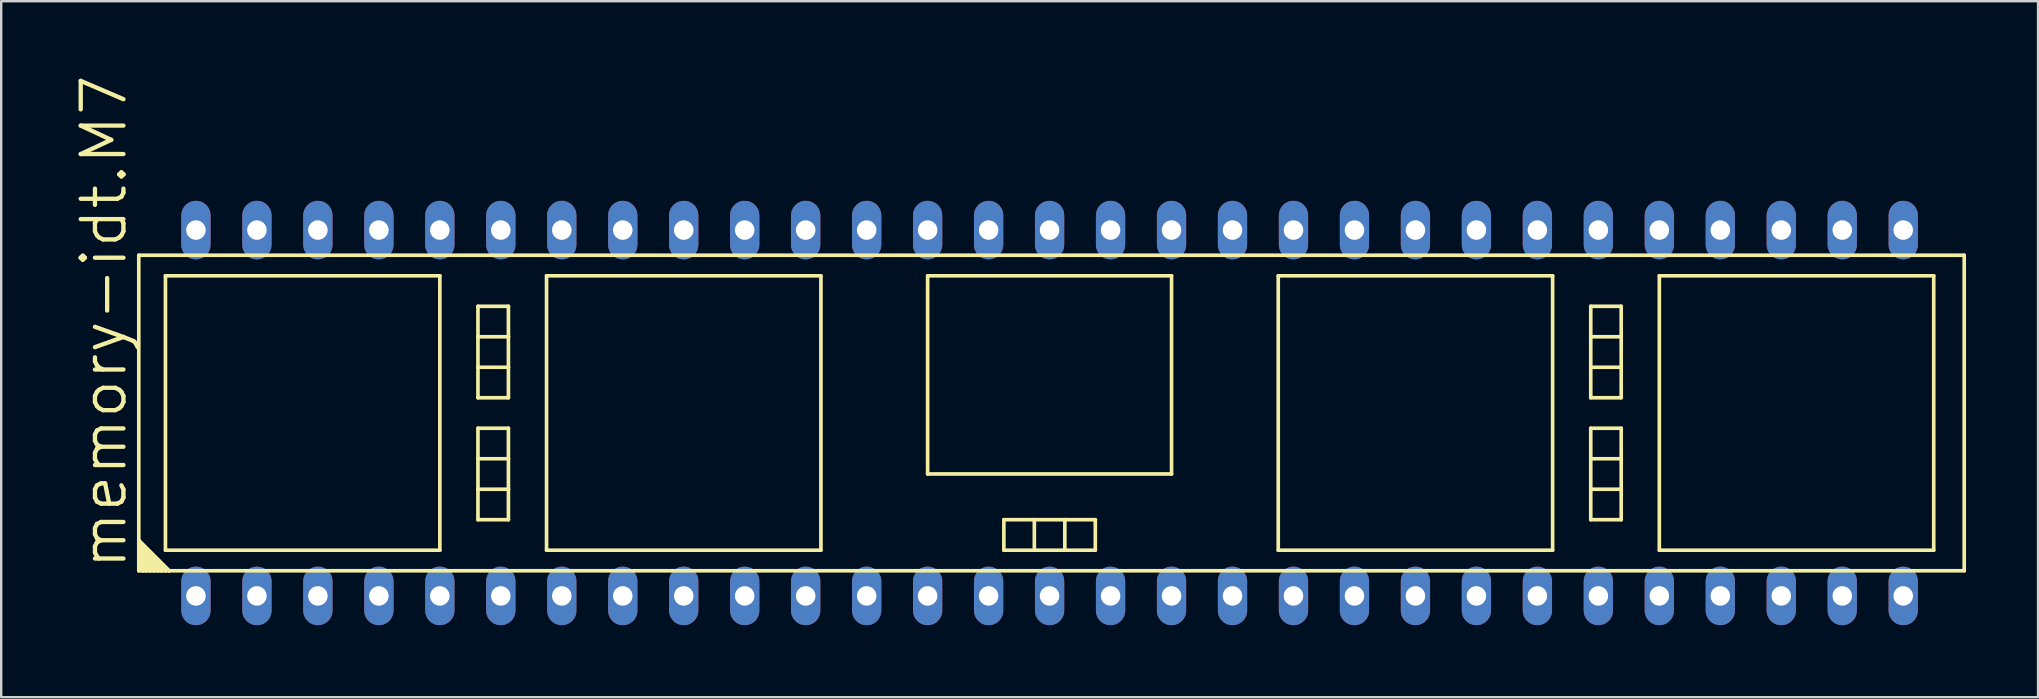
<source format=kicad_pcb>
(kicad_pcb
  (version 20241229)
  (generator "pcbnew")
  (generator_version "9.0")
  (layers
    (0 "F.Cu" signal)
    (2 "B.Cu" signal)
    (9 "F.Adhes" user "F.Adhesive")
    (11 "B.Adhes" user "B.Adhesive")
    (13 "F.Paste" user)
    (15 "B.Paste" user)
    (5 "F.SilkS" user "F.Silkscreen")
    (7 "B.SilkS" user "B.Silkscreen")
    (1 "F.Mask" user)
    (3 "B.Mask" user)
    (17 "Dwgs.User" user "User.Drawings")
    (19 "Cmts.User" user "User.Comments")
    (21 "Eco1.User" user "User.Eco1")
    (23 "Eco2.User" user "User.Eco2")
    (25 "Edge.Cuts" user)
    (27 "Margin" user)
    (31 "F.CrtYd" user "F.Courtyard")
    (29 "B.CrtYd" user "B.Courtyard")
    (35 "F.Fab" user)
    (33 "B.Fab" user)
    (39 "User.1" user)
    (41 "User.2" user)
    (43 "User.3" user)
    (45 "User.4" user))
  (footprint "memory-idt.M7"
    (layer "F.Cu")
    (at 40.672 14.154)
    (property "Reference" "memory-idt.M7" (at -38.354 6.604 90) (layer "F.SilkS") (effects (font (size 1.778 1.778) (thickness 0.18)) (justify left bottom)))
    (attr through_hole)
    (fp_line (start -37.941 -6.572) (end 38.1 -6.572) (stroke (width 0.152) (type default)) (layer "F.SilkS"))
    (fp_line (start -37.941 5.302) (end -37.941 -6.572) (stroke (width 0.152) (type default)) (layer "F.SilkS"))
    (fp_line (start -37.941 5.302) (end -36.671 6.572) (stroke (width 0.152) (type default)) (layer "F.SilkS"))
    (fp_line (start -37.941 5.461) (end -37.941 5.302) (stroke (width 0.152) (type default)) (layer "F.SilkS"))
    (fp_line (start -37.941 5.461) (end -36.83 6.572) (stroke (width 0.152) (type default)) (layer "F.SilkS"))
    (fp_line (start -37.941 5.62) (end -37.941 5.461) (stroke (width 0.152) (type default)) (layer "F.SilkS"))
    (fp_line (start -37.941 5.62) (end -36.989 6.572) (stroke (width 0.152) (type default)) (layer "F.SilkS"))
    (fp_line (start -37.941 5.779) (end -37.941 5.62) (stroke (width 0.152) (type default)) (layer "F.SilkS"))
    (fp_line (start -37.941 5.779) (end -37.148 6.572) (stroke (width 0.152) (type default)) (layer "F.SilkS"))
    (fp_line (start -37.941 5.937) (end -37.941 5.779) (stroke (width 0.152) (type default)) (layer "F.SilkS"))
    (fp_line (start -37.941 5.937) (end -37.306 6.572) (stroke (width 0.152) (type default)) (layer "F.SilkS"))
    (fp_line (start -37.941 6.096) (end -37.941 5.937) (stroke (width 0.152) (type default)) (layer "F.SilkS"))
    (fp_line (start -37.941 6.096) (end -37.465 6.572) (stroke (width 0.152) (type default)) (layer "F.SilkS"))
    (fp_line (start -37.941 6.255) (end -37.941 6.096) (stroke (width 0.152) (type default)) (layer "F.SilkS"))
    (fp_line (start -37.941 6.255) (end -37.624 6.572) (stroke (width 0.152) (type default)) (layer "F.SilkS"))
    (fp_line (start -37.941 6.414) (end -37.941 6.255) (stroke (width 0.152) (type default)) (layer "F.SilkS"))
    (fp_line (start -37.941 6.414) (end -37.783 6.572) (stroke (width 0.152) (type default)) (layer "F.SilkS"))
    (fp_line (start -37.941 6.572) (end -37.941 6.414) (stroke (width 0.152) (type default)) (layer "F.SilkS"))
    (fp_line (start -37.783 6.572) (end -37.941 6.572) (stroke (width 0.152) (type default)) (layer "F.SilkS"))
    (fp_line (start -37.624 6.572) (end -37.783 6.572) (stroke (width 0.152) (type default)) (layer "F.SilkS"))
    (fp_line (start -37.465 6.572) (end -37.624 6.572) (stroke (width 0.152) (type default)) (layer "F.SilkS"))
    (fp_line (start -37.306 6.572) (end -37.465 6.572) (stroke (width 0.152) (type default)) (layer "F.SilkS"))
    (fp_line (start -37.148 6.572) (end -37.306 6.572) (stroke (width 0.152) (type default)) (layer "F.SilkS"))
    (fp_line (start -36.989 6.572) (end -37.148 6.572) (stroke (width 0.152) (type default)) (layer "F.SilkS"))
    (fp_line (start -36.83 -5.715) (end -36.83 5.715) (stroke (width 0.152) (type default)) (layer "F.SilkS"))
    (fp_line (start -36.83 5.715) (end -25.4 5.715) (stroke (width 0.152) (type default)) (layer "F.SilkS"))
    (fp_line (start -36.83 6.572) (end -36.989 6.572) (stroke (width 0.152) (type default)) (layer "F.SilkS"))
    (fp_line (start -36.671 6.572) (end -36.83 6.572) (stroke (width 0.152) (type default)) (layer "F.SilkS"))
    (fp_line (start -25.4 -5.715) (end -36.83 -5.715) (stroke (width 0.152) (type default)) (layer "F.SilkS"))
    (fp_line (start -25.4 5.715) (end -25.4 -5.715) (stroke (width 0.152) (type default)) (layer "F.SilkS"))
    (fp_line (start -23.812 -4.445) (end -22.543 -4.445) (stroke (width 0.152) (type default)) (layer "F.SilkS"))
    (fp_line (start -23.812 -3.175) (end -23.812 -4.445) (stroke (width 0.152) (type default)) (layer "F.SilkS"))
    (fp_line (start -23.812 -3.175) (end -22.543 -3.175) (stroke (width 0.152) (type default)) (layer "F.SilkS"))
    (fp_line (start -23.812 -1.905) (end -23.812 -3.175) (stroke (width 0.152) (type default)) (layer "F.SilkS"))
    (fp_line (start -23.812 -1.905) (end -22.543 -1.905) (stroke (width 0.152) (type default)) (layer "F.SilkS"))
    (fp_line (start -23.812 -0.635) (end -23.812 -1.905) (stroke (width 0.152) (type default)) (layer "F.SilkS"))
    (fp_line (start -23.812 -0.635) (end -22.543 -0.635) (stroke (width 0.152) (type default)) (layer "F.SilkS"))
    (fp_line (start -23.812 0.635) (end -23.812 1.905) (stroke (width 0.152) (type default)) (layer "F.SilkS"))
    (fp_line (start -23.812 0.635) (end -22.543 0.635) (stroke (width 0.152) (type default)) (layer "F.SilkS"))
    (fp_line (start -23.812 1.905) (end -23.812 3.175) (stroke (width 0.152) (type default)) (layer "F.SilkS"))
    (fp_line (start -23.812 1.905) (end -22.543 1.905) (stroke (width 0.152) (type default)) (layer "F.SilkS"))
    (fp_line (start -23.812 3.175) (end -23.812 4.445) (stroke (width 0.152) (type default)) (layer "F.SilkS"))
    (fp_line (start -23.812 3.175) (end -22.543 3.175) (stroke (width 0.152) (type default)) (layer "F.SilkS"))
    (fp_line (start -23.812 4.445) (end -22.543 4.445) (stroke (width 0.152) (type default)) (layer "F.SilkS"))
    (fp_line (start -22.543 -4.445) (end -22.543 -3.175) (stroke (width 0.152) (type default)) (layer "F.SilkS"))
    (fp_line (start -22.543 -3.175) (end -22.543 -1.905) (stroke (width 0.152) (type default)) (layer "F.SilkS"))
    (fp_line (start -22.543 -1.905) (end -22.543 -0.635) (stroke (width 0.152) (type default)) (layer "F.SilkS"))
    (fp_line (start -22.543 0.635) (end -22.543 1.905) (stroke (width 0.152) (type default)) (layer "F.SilkS"))
    (fp_line (start -22.543 1.905) (end -22.543 3.175) (stroke (width 0.152) (type default)) (layer "F.SilkS"))
    (fp_line (start -22.543 3.175) (end -22.543 4.445) (stroke (width 0.152) (type default)) (layer "F.SilkS"))
    (fp_line (start -20.955 -5.715) (end -9.525 -5.715) (stroke (width 0.152) (type default)) (layer "F.SilkS"))
    (fp_line (start -20.955 5.715) (end -20.955 -5.715) (stroke (width 0.152) (type default)) (layer "F.SilkS"))
    (fp_line (start -9.525 -5.715) (end -9.525 5.715) (stroke (width 0.152) (type default)) (layer "F.SilkS"))
    (fp_line (start -9.525 5.715) (end -20.955 5.715) (stroke (width 0.152) (type default)) (layer "F.SilkS"))
    (fp_line (start -5.08 -5.715) (end 5.08 -5.715) (stroke (width 0.152) (type default)) (layer "F.SilkS"))
    (fp_line (start -5.08 2.54) (end -5.08 -5.715) (stroke (width 0.152) (type default)) (layer "F.SilkS"))
    (fp_line (start -1.905 4.445) (end -0.635 4.445) (stroke (width 0.152) (type default)) (layer "F.SilkS"))
    (fp_line (start -1.905 5.715) (end -1.905 4.445) (stroke (width 0.152) (type default)) (layer "F.SilkS"))
    (fp_line (start -0.635 4.445) (end 0.635 4.445) (stroke (width 0.152) (type default)) (layer "F.SilkS"))
    (fp_line (start -0.635 5.715) (end -1.905 5.715) (stroke (width 0.152) (type default)) (layer "F.SilkS"))
    (fp_line (start -0.635 5.715) (end -0.635 4.445) (stroke (width 0.152) (type default)) (layer "F.SilkS"))
    (fp_line (start 0.635 4.445) (end 1.905 4.445) (stroke (width 0.152) (type default)) (layer "F.SilkS"))
    (fp_line (start 0.635 5.715) (end -0.635 5.715) (stroke (width 0.152) (type default)) (layer "F.SilkS"))
    (fp_line (start 0.635 5.715) (end 0.635 4.445) (stroke (width 0.152) (type default)) (layer "F.SilkS"))
    (fp_line (start 1.905 5.715) (end 0.635 5.715) (stroke (width 0.152) (type default)) (layer "F.SilkS"))
    (fp_line (start 1.905 5.715) (end 1.905 4.445) (stroke (width 0.152) (type default)) (layer "F.SilkS"))
    (fp_line (start 5.08 -5.715) (end 5.08 2.54) (stroke (width 0.152) (type default)) (layer "F.SilkS"))
    (fp_line (start 5.08 2.54) (end -5.08 2.54) (stroke (width 0.152) (type default)) (layer "F.SilkS"))
    (fp_line (start 9.525 -5.715) (end 9.525 5.715) (stroke (width 0.152) (type default)) (layer "F.SilkS"))
    (fp_line (start 9.525 5.715) (end 20.955 5.715) (stroke (width 0.152) (type default)) (layer "F.SilkS"))
    (fp_line (start 20.955 -5.715) (end 9.525 -5.715) (stroke (width 0.152) (type default)) (layer "F.SilkS"))
    (fp_line (start 20.955 5.715) (end 20.955 -5.715) (stroke (width 0.152) (type default)) (layer "F.SilkS"))
    (fp_line (start 22.543 -4.445) (end 23.812 -4.445) (stroke (width 0.152) (type default)) (layer "F.SilkS"))
    (fp_line (start 22.543 -3.175) (end 22.543 -4.445) (stroke (width 0.152) (type default)) (layer "F.SilkS"))
    (fp_line (start 22.543 -3.175) (end 23.812 -3.175) (stroke (width 0.152) (type default)) (layer "F.SilkS"))
    (fp_line (start 22.543 -1.905) (end 22.543 -3.175) (stroke (width 0.152) (type default)) (layer "F.SilkS"))
    (fp_line (start 22.543 -1.905) (end 23.812 -1.905) (stroke (width 0.152) (type default)) (layer "F.SilkS"))
    (fp_line (start 22.543 -0.635) (end 22.543 -1.905) (stroke (width 0.152) (type default)) (layer "F.SilkS"))
    (fp_line (start 22.543 -0.635) (end 23.812 -0.635) (stroke (width 0.152) (type default)) (layer "F.SilkS"))
    (fp_line (start 22.543 0.635) (end 22.543 1.905) (stroke (width 0.152) (type default)) (layer "F.SilkS"))
    (fp_line (start 22.543 0.635) (end 23.812 0.635) (stroke (width 0.152) (type default)) (layer "F.SilkS"))
    (fp_line (start 22.543 1.905) (end 22.543 3.175) (stroke (width 0.152) (type default)) (layer "F.SilkS"))
    (fp_line (start 22.543 1.905) (end 23.812 1.905) (stroke (width 0.152) (type default)) (layer "F.SilkS"))
    (fp_line (start 22.543 3.175) (end 22.543 4.445) (stroke (width 0.152) (type default)) (layer "F.SilkS"))
    (fp_line (start 22.543 3.175) (end 23.812 3.175) (stroke (width 0.152) (type default)) (layer "F.SilkS"))
    (fp_line (start 22.543 4.445) (end 23.812 4.445) (stroke (width 0.152) (type default)) (layer "F.SilkS"))
    (fp_line (start 23.812 -4.445) (end 23.812 -3.175) (stroke (width 0.152) (type default)) (layer "F.SilkS"))
    (fp_line (start 23.812 -3.175) (end 23.812 -1.905) (stroke (width 0.152) (type default)) (layer "F.SilkS"))
    (fp_line (start 23.812 -1.905) (end 23.812 -0.635) (stroke (width 0.152) (type default)) (layer "F.SilkS"))
    (fp_line (start 23.812 0.635) (end 23.812 1.905) (stroke (width 0.152) (type default)) (layer "F.SilkS"))
    (fp_line (start 23.812 1.905) (end 23.812 3.175) (stroke (width 0.152) (type default)) (layer "F.SilkS"))
    (fp_line (start 23.812 3.175) (end 23.812 4.445) (stroke (width 0.152) (type default)) (layer "F.SilkS"))
    (fp_line (start 25.4 -5.715) (end 36.83 -5.715) (stroke (width 0.152) (type default)) (layer "F.SilkS"))
    (fp_line (start 25.4 5.715) (end 25.4 -5.715) (stroke (width 0.152) (type default)) (layer "F.SilkS"))
    (fp_line (start 36.83 -5.715) (end 36.83 5.715) (stroke (width 0.152) (type default)) (layer "F.SilkS"))
    (fp_line (start 36.83 5.715) (end 25.4 5.715) (stroke (width 0.152) (type default)) (layer "F.SilkS"))
    (fp_line (start 38.1 -6.572) (end 38.1 6.572) (stroke (width 0.152) (type default)) (layer "F.SilkS"))
    (fp_line (start 38.1 6.572) (end -36.671 6.572) (stroke (width 0.152) (type default)) (layer "F.SilkS"))
    (pad "1" thru_hole oval (at -35.56 7.62 90) (size 2.438 1.219) (drill 0.813) (layers "*.Cu" "*.Mask"))
    (pad "2" thru_hole oval (at -33.02 7.62 90) (size 2.438 1.219) (drill 0.813) (layers "*.Cu" "*.Mask"))
    (pad "3" thru_hole oval (at -30.48 7.62 90) (size 2.438 1.219) (drill 0.813) (layers "*.Cu" "*.Mask"))
    (pad "4" thru_hole oval (at -27.94 7.62 90) (size 2.438 1.219) (drill 0.813) (layers "*.Cu" "*.Mask"))
    (pad "5" thru_hole oval (at -25.4 7.62 90) (size 2.438 1.219) (drill 0.813) (layers "*.Cu" "*.Mask"))
    (pad "6" thru_hole oval (at -22.86 7.62 90) (size 2.438 1.219) (drill 0.813) (layers "*.Cu" "*.Mask"))
    (pad "7" thru_hole oval (at -20.32 7.62 90) (size 2.438 1.219) (drill 0.813) (layers "*.Cu" "*.Mask"))
    (pad "8" thru_hole oval (at -17.78 7.62 90) (size 2.438 1.219) (drill 0.813) (layers "*.Cu" "*.Mask"))
    (pad "9" thru_hole oval (at -15.24 7.62 90) (size 2.438 1.219) (drill 0.813) (layers "*.Cu" "*.Mask"))
    (pad "10" thru_hole oval (at -12.7 7.62 90) (size 2.438 1.219) (drill 0.813) (layers "*.Cu" "*.Mask"))
    (pad "11" thru_hole oval (at -10.16 7.62 90) (size 2.438 1.219) (drill 0.813) (layers "*.Cu" "*.Mask"))
    (pad "12" thru_hole oval (at -7.62 7.62 90) (size 2.438 1.219) (drill 0.813) (layers "*.Cu" "*.Mask"))
    (pad "13" thru_hole oval (at -5.08 7.62 90) (size 2.438 1.219) (drill 0.813) (layers "*.Cu" "*.Mask"))
    (pad "14" thru_hole oval (at -2.54 7.62 90) (size 2.438 1.219) (drill 0.813) (layers "*.Cu" "*.Mask"))
    (pad "15" thru_hole oval (at 0 7.62 90) (size 2.438 1.219) (drill 0.813) (layers "*.Cu" "*.Mask"))
    (pad "16" thru_hole oval (at 2.54 7.62 90) (size 2.438 1.219) (drill 0.813) (layers "*.Cu" "*.Mask"))
    (pad "17" thru_hole oval (at 5.08 7.62 90) (size 2.438 1.219) (drill 0.813) (layers "*.Cu" "*.Mask"))
    (pad "18" thru_hole oval (at 7.62 7.62 90) (size 2.438 1.219) (drill 0.813) (layers "*.Cu" "*.Mask"))
    (pad "19" thru_hole oval (at 10.16 7.62 90) (size 2.438 1.219) (drill 0.813) (layers "*.Cu" "*.Mask"))
    (pad "20" thru_hole oval (at 12.7 7.62 90) (size 2.438 1.219) (drill 0.813) (layers "*.Cu" "*.Mask"))
    (pad "21" thru_hole oval (at 15.24 7.62 90) (size 2.438 1.219) (drill 0.813) (layers "*.Cu" "*.Mask"))
    (pad "22" thru_hole oval (at 17.78 7.62 90) (size 2.438 1.219) (drill 0.813) (layers "*.Cu" "*.Mask"))
    (pad "23" thru_hole oval (at 20.32 7.62 90) (size 2.438 1.219) (drill 0.813) (layers "*.Cu" "*.Mask"))
    (pad "24" thru_hole oval (at 22.86 7.62 90) (size 2.438 1.219) (drill 0.813) (layers "*.Cu" "*.Mask"))
    (pad "25" thru_hole oval (at 25.4 7.62 90) (size 2.438 1.219) (drill 0.813) (layers "*.Cu" "*.Mask"))
    (pad "26" thru_hole oval (at 27.94 7.62 90) (size 2.438 1.219) (drill 0.813) (layers "*.Cu" "*.Mask"))
    (pad "27" thru_hole oval (at 30.48 7.62 90) (size 2.438 1.219) (drill 0.813) (layers "*.Cu" "*.Mask"))
    (pad "28" thru_hole oval (at 33.02 7.62 90) (size 2.438 1.219) (drill 0.813) (layers "*.Cu" "*.Mask"))
    (pad "29" thru_hole oval (at 35.56 7.62 90) (size 2.438 1.219) (drill 0.813) (layers "*.Cu" "*.Mask"))
    (pad "30" thru_hole oval (at 35.56 -7.62 90) (size 2.438 1.219) (drill 0.813) (layers "*.Cu" "*.Mask"))
    (pad "31" thru_hole oval (at 33.02 -7.62 90) (size 2.438 1.219) (drill 0.813) (layers "*.Cu" "*.Mask"))
    (pad "32" thru_hole oval (at 30.48 -7.62 90) (size 2.438 1.219) (drill 0.813) (layers "*.Cu" "*.Mask"))
    (pad "33" thru_hole oval (at 27.94 -7.62 90) (size 2.438 1.219) (drill 0.813) (layers "*.Cu" "*.Mask"))
    (pad "34" thru_hole oval (at 25.4 -7.62 90) (size 2.438 1.219) (drill 0.813) (layers "*.Cu" "*.Mask"))
    (pad "35" thru_hole oval (at 22.86 -7.62 90) (size 2.438 1.219) (drill 0.813) (layers "*.Cu" "*.Mask"))
    (pad "36" thru_hole oval (at 20.32 -7.62 90) (size 2.438 1.219) (drill 0.813) (layers "*.Cu" "*.Mask"))
    (pad "37" thru_hole oval (at 17.78 -7.62 90) (size 2.438 1.219) (drill 0.813) (layers "*.Cu" "*.Mask"))
    (pad "38" thru_hole oval (at 15.24 -7.62 90) (size 2.438 1.219) (drill 0.813) (layers "*.Cu" "*.Mask"))
    (pad "39" thru_hole oval (at 12.7 -7.62 90) (size 2.438 1.219) (drill 0.813) (layers "*.Cu" "*.Mask"))
    (pad "40" thru_hole oval (at 10.16 -7.62 90) (size 2.438 1.219) (drill 0.813) (layers "*.Cu" "*.Mask"))
    (pad "41" thru_hole oval (at 7.62 -7.62 90) (size 2.438 1.219) (drill 0.813) (layers "*.Cu" "*.Mask"))
    (pad "42" thru_hole oval (at 5.08 -7.62 90) (size 2.438 1.219) (drill 0.813) (layers "*.Cu" "*.Mask"))
    (pad "43" thru_hole oval (at 2.54 -7.62 90) (size 2.438 1.219) (drill 0.813) (layers "*.Cu" "*.Mask"))
    (pad "44" thru_hole oval (at 0 -7.62 90) (size 2.438 1.219) (drill 0.813) (layers "*.Cu" "*.Mask"))
    (pad "45" thru_hole oval (at -2.54 -7.62 90) (size 2.438 1.219) (drill 0.813) (layers "*.Cu" "*.Mask"))
    (pad "46" thru_hole oval (at -5.08 -7.62 90) (size 2.438 1.219) (drill 0.813) (layers "*.Cu" "*.Mask"))
    (pad "47" thru_hole oval (at -7.62 -7.62 90) (size 2.438 1.219) (drill 0.813) (layers "*.Cu" "*.Mask"))
    (pad "48" thru_hole oval (at -10.16 -7.62 90) (size 2.438 1.219) (drill 0.813) (layers "*.Cu" "*.Mask"))
    (pad "49" thru_hole oval (at -12.7 -7.62 90) (size 2.438 1.219) (drill 0.813) (layers "*.Cu" "*.Mask"))
    (pad "50" thru_hole oval (at -15.24 -7.62 90) (size 2.438 1.219) (drill 0.813) (layers "*.Cu" "*.Mask"))
    (pad "51" thru_hole oval (at -17.78 -7.62 90) (size 2.438 1.219) (drill 0.813) (layers "*.Cu" "*.Mask"))
    (pad "52" thru_hole oval (at -20.32 -7.62 90) (size 2.438 1.219) (drill 0.813) (layers "*.Cu" "*.Mask"))
    (pad "53" thru_hole oval (at -22.86 -7.62 90) (size 2.438 1.219) (drill 0.813) (layers "*.Cu" "*.Mask"))
    (pad "54" thru_hole oval (at -25.4 -7.62 90) (size 2.438 1.219) (drill 0.813) (layers "*.Cu" "*.Mask"))
    (pad "55" thru_hole oval (at -27.94 -7.62 90) (size 2.438 1.219) (drill 0.813) (layers "*.Cu" "*.Mask"))
    (pad "56" thru_hole oval (at -30.48 -7.62 90) (size 2.438 1.219) (drill 0.813) (layers "*.Cu" "*.Mask"))
    (pad "57" thru_hole oval (at -33.02 -7.62 90) (size 2.438 1.219) (drill 0.813) (layers "*.Cu" "*.Mask"))
    (pad "58" thru_hole oval (at -35.56 -7.62 90) (size 2.438 1.219) (drill 0.813) (layers "*.Cu" "*.Mask")))
  (gr_rect
    (start -3 -3)
    (end 81.848 25.994)
    (stroke (width 0.1) (type default))
    (fill no)
    (layer "Edge.Cuts")))
</source>
